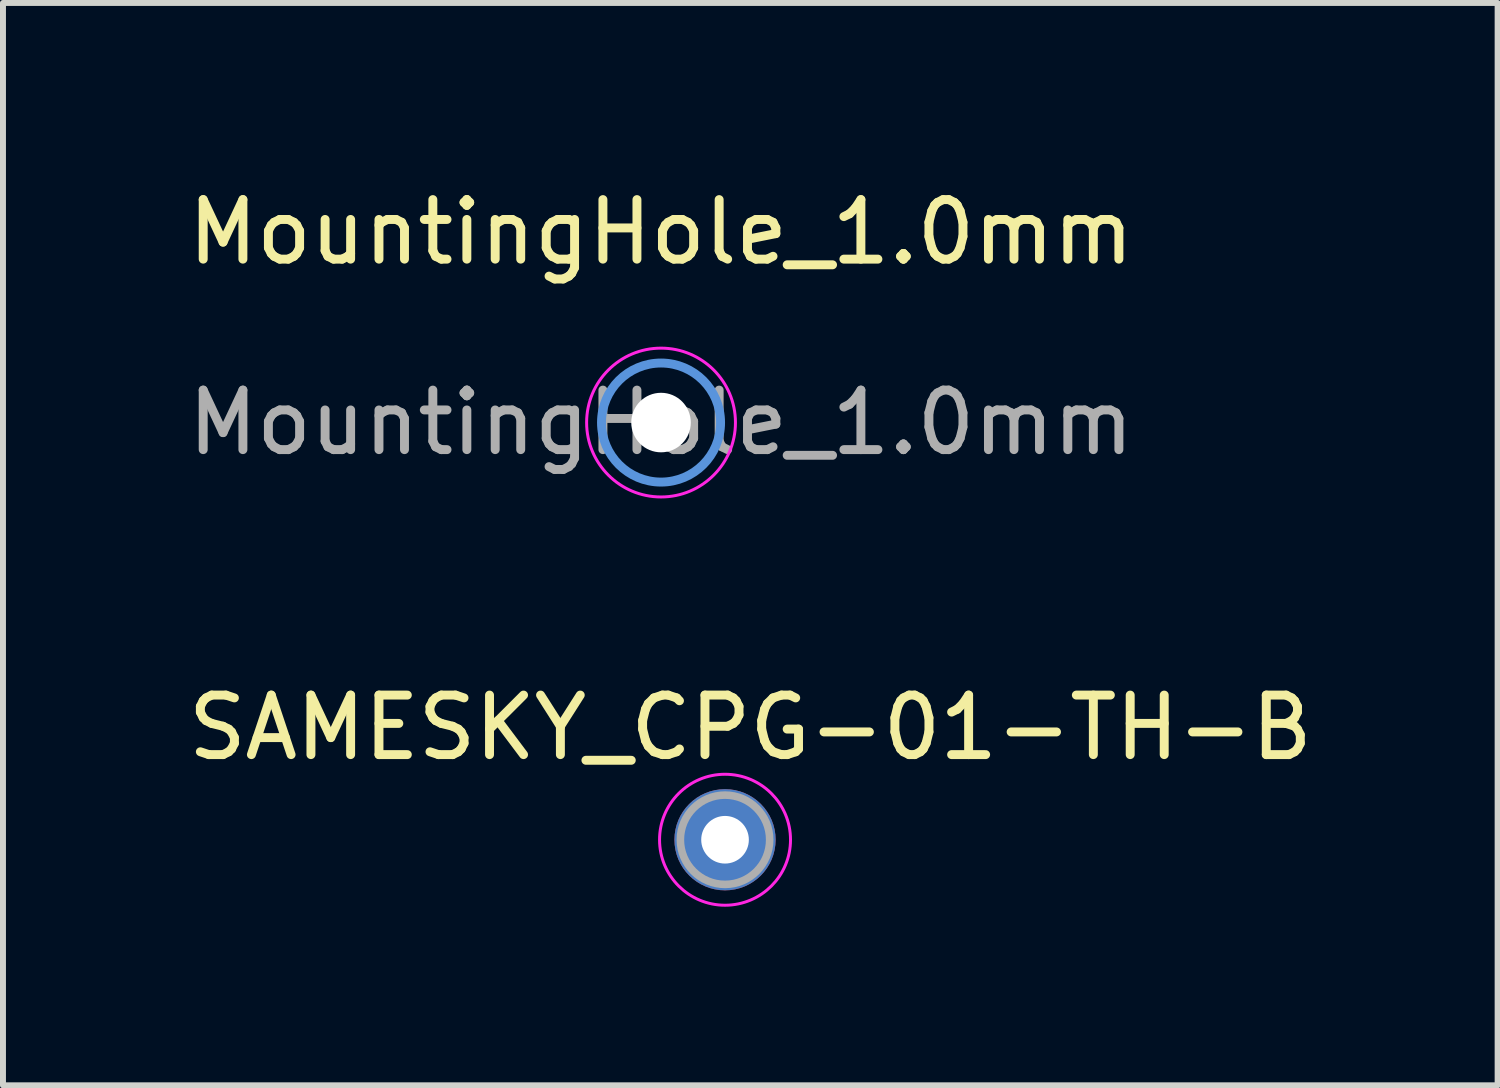
<source format=kicad_pcb>
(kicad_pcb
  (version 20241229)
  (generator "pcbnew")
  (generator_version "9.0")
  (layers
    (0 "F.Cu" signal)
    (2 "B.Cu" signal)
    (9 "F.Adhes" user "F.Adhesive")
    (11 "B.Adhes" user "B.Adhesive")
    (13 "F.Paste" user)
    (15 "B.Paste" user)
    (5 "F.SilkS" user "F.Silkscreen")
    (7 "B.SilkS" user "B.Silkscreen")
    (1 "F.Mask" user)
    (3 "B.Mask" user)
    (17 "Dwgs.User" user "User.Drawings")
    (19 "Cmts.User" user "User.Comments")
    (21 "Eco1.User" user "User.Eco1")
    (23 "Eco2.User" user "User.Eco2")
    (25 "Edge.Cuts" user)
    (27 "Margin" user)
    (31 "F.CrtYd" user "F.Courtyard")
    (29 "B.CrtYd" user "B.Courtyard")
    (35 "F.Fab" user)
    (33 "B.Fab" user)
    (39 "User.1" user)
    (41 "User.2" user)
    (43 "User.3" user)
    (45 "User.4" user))
  (footprint "MountingHole_1.0mm"
    (layer "F.Cu")
    (at 8.054 4.048)
    (property "Reference" "MountingHole_1.0mm" (at 0 -3.2 0) (layer "F.SilkS") (effects (font (size 1 1) (thickness 0.15))))
    (attr board_only exclude_from_pos_files exclude_from_bom)
    (fp_circle (center 0 0) (end 1 0) (stroke (width 0.15) (type solid)) (fill no) (layer "Cmts.User"))
    (fp_circle (center 0 0) (end 1.25 0) (stroke (width 0.05) (type solid)) (fill no) (layer "F.CrtYd"))
    (fp_text user "${REFERENCE}" (at 0 0 0) (layer "F.Fab") (effects (font (size 1 1) (thickness 0.15))))
    (pad "" np_thru_hole circle (at 0 0) (size 1 1) (drill 1) (layers "*.Cu" "*.Mask")))
  (footprint "SAMESKY_CPG-01-TH-B"
    (layer "F.Cu")
    (at 9.129 11.056)
    (property "Reference" "SAMESKY_CPG-01-TH-B" (at 0.425 -1.885 0) (layer "F.SilkS") (effects (font (size 1 1) (thickness 0.15))))
    (attr through_hole)
    (fp_circle (center 0 0) (end 1.1 0) (stroke (width 0.05) (type solid)) (fill no) (layer "F.CrtYd"))
    (fp_circle (center 0 0) (end 0.75 0) (stroke (width 0.127) (type solid)) (fill no) (layer "F.Fab"))
    (pad "1" thru_hole circle (at 0 0) (size 1.7 1.7) (drill 0.8) (layers "*.Cu" "*.Mask")))
  (gr_rect
    (start -3 -3)
    (end 22.107 15.181)
    (stroke (width 0.1) (type default))
    (fill no)
    (layer "Edge.Cuts")))
</source>
